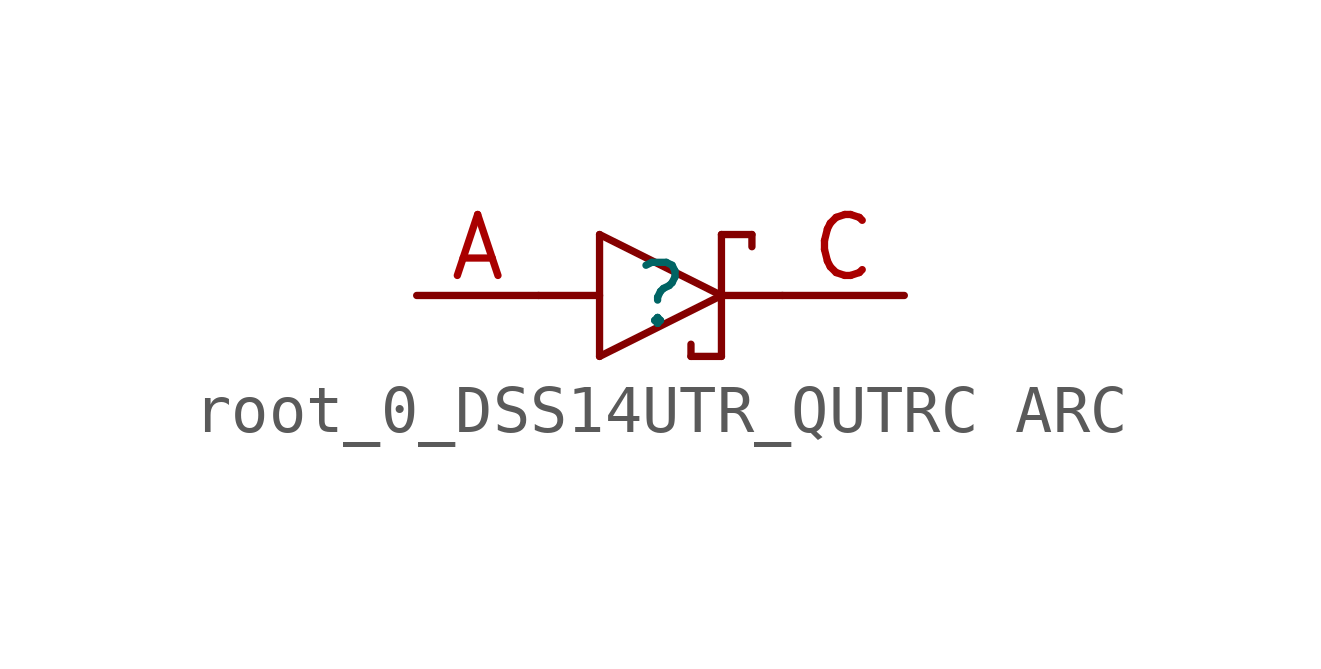
<source format=kicad_sym>
(kicad_symbol_lib
  (version 20241209)
  (generator "kicad_symbol_editor")
  (generator_version "9.99")
  (symbol "root_0_DSS14UTR_QUTRC ARC"
    (pin_names
      (hide yes))
    (property "Reference" ""
      (at 0 0 0)
      (effects (font (size 1.27 1.27))))
    (property "Value" ""
      (at 0 0 0)
      (effects (font (size 1.27 1.27))))
    (symbol "root_0_DSS14UTR_QUTRC ARC_1_0"
      (polyline (pts (xy -2.54 0) (xy -1.27 0)) (stroke (width 0) (type solid)) (fill (type none)))
      (polyline (pts (xy -1.27 1.27) (xy -1.27 -1.27)) (stroke (width 0) (type solid)) (fill (type none)))
      (polyline (pts (xy -1.27 -1.27) (xy 1.27 0)) (stroke (width 0) (type solid)) (fill (type none)))
      (polyline (pts (xy 0.635 -1.016) (xy 0.635 -1.27)) (stroke (width 0) (type solid)) (fill (type none)))
      (polyline (pts (xy 1.27 1.27) (xy 1.27 -1.27)) (stroke (width 0) (type solid)) (fill (type none)))
      (polyline (pts (xy 1.27 0) (xy -1.27 1.27)) (stroke (width 0) (type solid)) (fill (type none)))
      (polyline (pts (xy 1.27 -1.27) (xy 0.635 -1.27)) (stroke (width 0) (type solid)) (fill (type none)))
      (polyline (pts (xy 1.905 1.27) (xy 1.27 1.27)) (stroke (width 0) (type solid)) (fill (type none)))
      (polyline (pts (xy 1.905 1.27) (xy 1.905 1.016)) (stroke (width 0) (type solid)) (fill (type none)))
      (polyline (pts (xy 2.54 0) (xy 1.27 0)) (stroke (width 0) (type solid)) (fill (type none)))
      (pin passive line (at -5.08 0 0) (length 2.54) (name "A" (effects (font (size 1.27 1.27)))) (number "A" (effects (font (size 1.27 1.27)))))
      (pin passive line (at 5.08 0 180) (length 2.54) (name "K" (effects (font (size 1.27 1.27)))) (number "C" (effects (font (size 1.27 1.27))))))))
</source>
